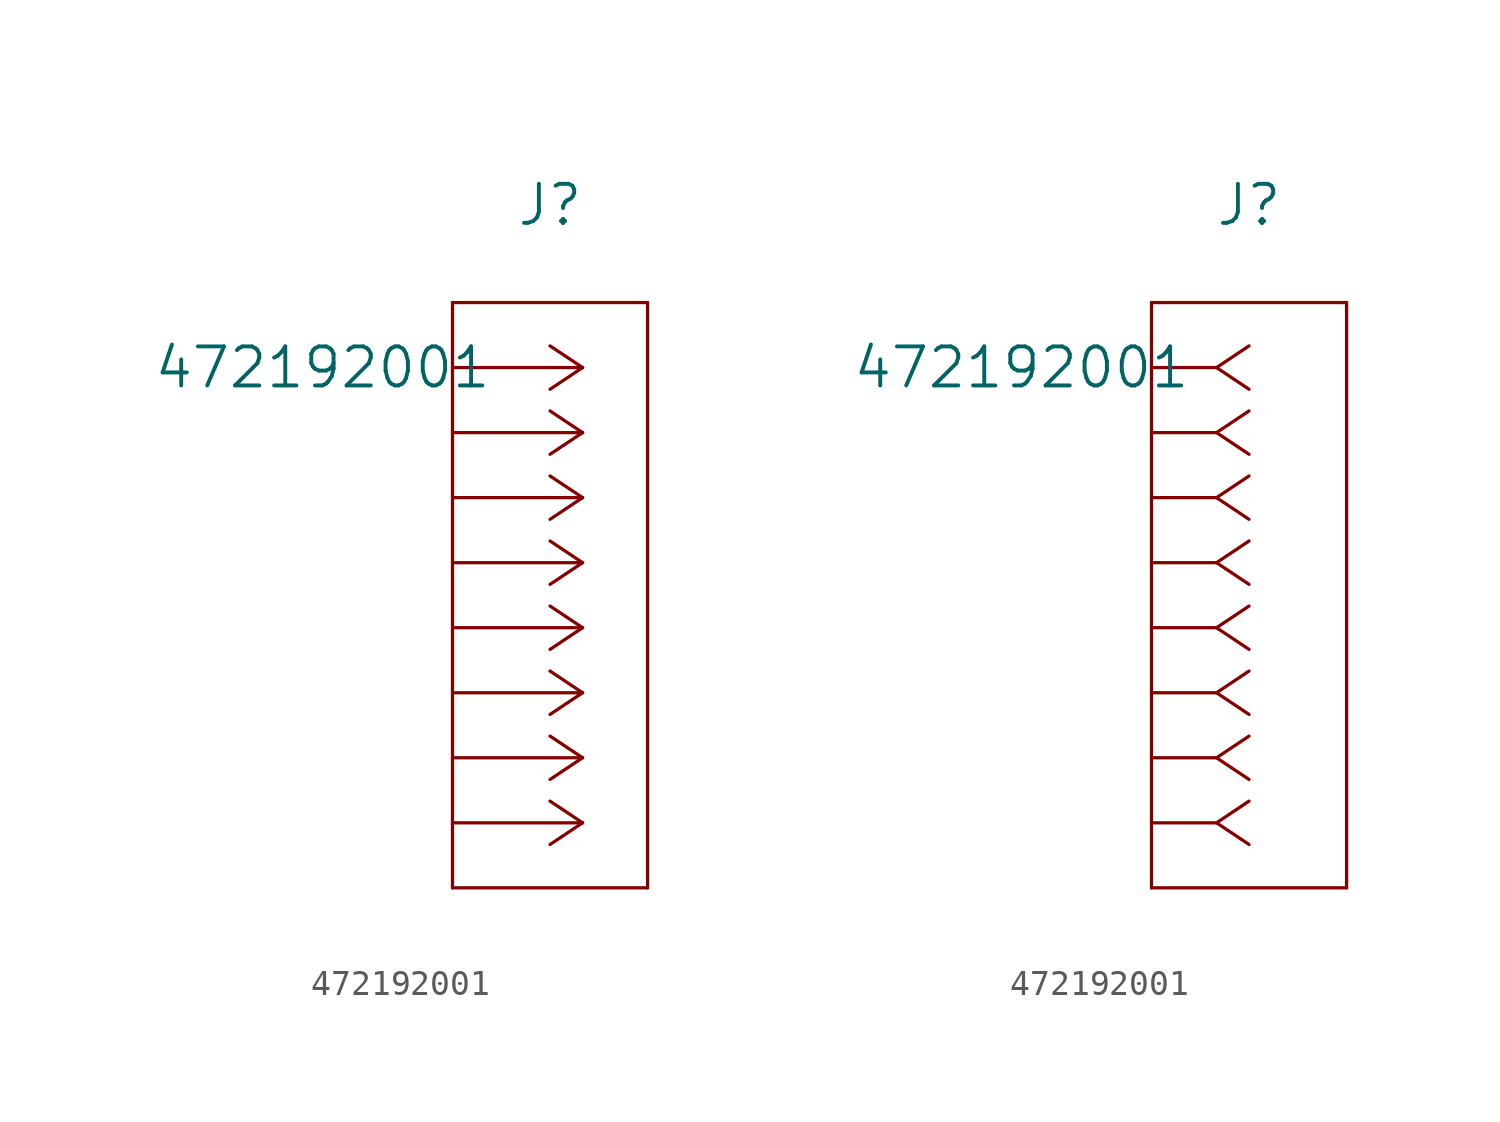
<source format=kicad_sym>
(kicad_symbol_lib
  (version 20211014)
  (generator kicad_symbol_editor)
  (symbol "472192001"
    (pin_names
      (offset 0.254))
    (property "Reference" "J"
      (at 8.89 6.35 0)
      (effects (font (size 1.524 1.524))))
    (property "Value" "472192001"
      (at 0 0 0)
      (effects (font (size 1.524 1.524))))
    (symbol "472192001_1_1"
      (polyline (pts (xy 10.16 0) (xy 5.08 0)) (stroke (width 0.127) (type default) (color 0 0 0 0)) (fill (type none)))
      (polyline (pts (xy 10.16 -2.54) (xy 5.08 -2.54)) (stroke (width 0.127) (type default) (color 0 0 0 0)) (fill (type none)))
      (polyline (pts (xy 10.16 -5.08) (xy 5.08 -5.08)) (stroke (width 0.127) (type default) (color 0 0 0 0)) (fill (type none)))
      (polyline (pts (xy 10.16 -7.62) (xy 5.08 -7.62)) (stroke (width 0.127) (type default) (color 0 0 0 0)) (fill (type none)))
      (polyline (pts (xy 10.16 -10.16) (xy 5.08 -10.16)) (stroke (width 0.127) (type default) (color 0 0 0 0)) (fill (type none)))
      (polyline (pts (xy 10.16 -12.7) (xy 5.08 -12.7)) (stroke (width 0.127) (type default) (color 0 0 0 0)) (fill (type none)))
      (polyline (pts (xy 10.16 -15.24) (xy 5.08 -15.24)) (stroke (width 0.127) (type default) (color 0 0 0 0)) (fill (type none)))
      (polyline (pts (xy 10.16 -17.78) (xy 5.08 -17.78)) (stroke (width 0.127) (type default) (color 0 0 0 0)) (fill (type none)))
      (polyline (pts (xy 10.16 0) (xy 8.89 0.847)) (stroke (width 0.127) (type default) (color 0 0 0 0)) (fill (type none)))
      (polyline (pts (xy 10.16 -2.54) (xy 8.89 -1.693)) (stroke (width 0.127) (type default) (color 0 0 0 0)) (fill (type none)))
      (polyline (pts (xy 10.16 -5.08) (xy 8.89 -4.233)) (stroke (width 0.127) (type default) (color 0 0 0 0)) (fill (type none)))
      (polyline (pts (xy 10.16 -7.62) (xy 8.89 -6.773)) (stroke (width 0.127) (type default) (color 0 0 0 0)) (fill (type none)))
      (polyline (pts (xy 10.16 -10.16) (xy 8.89 -9.313)) (stroke (width 0.127) (type default) (color 0 0 0 0)) (fill (type none)))
      (polyline (pts (xy 10.16 -12.7) (xy 8.89 -11.853)) (stroke (width 0.127) (type default) (color 0 0 0 0)) (fill (type none)))
      (polyline (pts (xy 10.16 -15.24) (xy 8.89 -14.393)) (stroke (width 0.127) (type default) (color 0 0 0 0)) (fill (type none)))
      (polyline (pts (xy 10.16 -17.78) (xy 8.89 -16.933)) (stroke (width 0.127) (type default) (color 0 0 0 0)) (fill (type none)))
      (polyline (pts (xy 10.16 0) (xy 8.89 -0.847)) (stroke (width 0.127) (type default) (color 0 0 0 0)) (fill (type none)))
      (polyline (pts (xy 10.16 -2.54) (xy 8.89 -3.387)) (stroke (width 0.127) (type default) (color 0 0 0 0)) (fill (type none)))
      (polyline (pts (xy 10.16 -5.08) (xy 8.89 -5.927)) (stroke (width 0.127) (type default) (color 0 0 0 0)) (fill (type none)))
      (polyline (pts (xy 10.16 -7.62) (xy 8.89 -8.467)) (stroke (width 0.127) (type default) (color 0 0 0 0)) (fill (type none)))
      (polyline (pts (xy 10.16 -10.16) (xy 8.89 -11.007)) (stroke (width 0.127) (type default) (color 0 0 0 0)) (fill (type none)))
      (polyline (pts (xy 10.16 -12.7) (xy 8.89 -13.547)) (stroke (width 0.127) (type default) (color 0 0 0 0)) (fill (type none)))
      (polyline (pts (xy 10.16 -15.24) (xy 8.89 -16.087)) (stroke (width 0.127) (type default) (color 0 0 0 0)) (fill (type none)))
      (polyline (pts (xy 10.16 -17.78) (xy 8.89 -18.627)) (stroke (width 0.127) (type default) (color 0 0 0 0)) (fill (type none)))
      (polyline (pts (xy 5.08 2.54) (xy 5.08 -20.32)) (stroke (width 0.127) (type default) (color 0 0 0 0)) (fill (type none)))
      (polyline (pts (xy 5.08 -20.32) (xy 12.7 -20.32)) (stroke (width 0.127) (type default) (color 0 0 0 0)) (fill (type none)))
      (polyline (pts (xy 12.7 -20.32) (xy 12.7 2.54)) (stroke (width 0.127) (type default) (color 0 0 0 0)) (fill (type none)))
      (polyline (pts (xy 12.7 2.54) (xy 5.08 2.54)) (stroke (width 0.127) (type default) (color 0 0 0 0)) (fill (type none))))
    (symbol "472192001_1_2"
      (polyline (pts (xy 7.62 0) (xy 5.08 0)) (stroke (width 0.127) (type default) (color 0 0 0 0)) (fill (type none)))
      (polyline (pts (xy 7.62 -2.54) (xy 5.08 -2.54)) (stroke (width 0.127) (type default) (color 0 0 0 0)) (fill (type none)))
      (polyline (pts (xy 7.62 -5.08) (xy 5.08 -5.08)) (stroke (width 0.127) (type default) (color 0 0 0 0)) (fill (type none)))
      (polyline (pts (xy 7.62 -7.62) (xy 5.08 -7.62)) (stroke (width 0.127) (type default) (color 0 0 0 0)) (fill (type none)))
      (polyline (pts (xy 7.62 -10.16) (xy 5.08 -10.16)) (stroke (width 0.127) (type default) (color 0 0 0 0)) (fill (type none)))
      (polyline (pts (xy 7.62 -12.7) (xy 5.08 -12.7)) (stroke (width 0.127) (type default) (color 0 0 0 0)) (fill (type none)))
      (polyline (pts (xy 7.62 -15.24) (xy 5.08 -15.24)) (stroke (width 0.127) (type default) (color 0 0 0 0)) (fill (type none)))
      (polyline (pts (xy 7.62 -17.78) (xy 5.08 -17.78)) (stroke (width 0.127) (type default) (color 0 0 0 0)) (fill (type none)))
      (polyline (pts (xy 7.62 0) (xy 8.89 0.847)) (stroke (width 0.127) (type default) (color 0 0 0 0)) (fill (type none)))
      (polyline (pts (xy 7.62 -2.54) (xy 8.89 -1.693)) (stroke (width 0.127) (type default) (color 0 0 0 0)) (fill (type none)))
      (polyline (pts (xy 7.62 -5.08) (xy 8.89 -4.233)) (stroke (width 0.127) (type default) (color 0 0 0 0)) (fill (type none)))
      (polyline (pts (xy 7.62 -7.62) (xy 8.89 -6.773)) (stroke (width 0.127) (type default) (color 0 0 0 0)) (fill (type none)))
      (polyline (pts (xy 7.62 -10.16) (xy 8.89 -9.313)) (stroke (width 0.127) (type default) (color 0 0 0 0)) (fill (type none)))
      (polyline (pts (xy 7.62 -12.7) (xy 8.89 -11.853)) (stroke (width 0.127) (type default) (color 0 0 0 0)) (fill (type none)))
      (polyline (pts (xy 7.62 -15.24) (xy 8.89 -14.393)) (stroke (width 0.127) (type default) (color 0 0 0 0)) (fill (type none)))
      (polyline (pts (xy 7.62 -17.78) (xy 8.89 -16.933)) (stroke (width 0.127) (type default) (color 0 0 0 0)) (fill (type none)))
      (polyline (pts (xy 7.62 0) (xy 8.89 -0.847)) (stroke (width 0.127) (type default) (color 0 0 0 0)) (fill (type none)))
      (polyline (pts (xy 7.62 -2.54) (xy 8.89 -3.387)) (stroke (width 0.127) (type default) (color 0 0 0 0)) (fill (type none)))
      (polyline (pts (xy 7.62 -5.08) (xy 8.89 -5.927)) (stroke (width 0.127) (type default) (color 0 0 0 0)) (fill (type none)))
      (polyline (pts (xy 7.62 -7.62) (xy 8.89 -8.467)) (stroke (width 0.127) (type default) (color 0 0 0 0)) (fill (type none)))
      (polyline (pts (xy 7.62 -10.16) (xy 8.89 -11.007)) (stroke (width 0.127) (type default) (color 0 0 0 0)) (fill (type none)))
      (polyline (pts (xy 7.62 -12.7) (xy 8.89 -13.547)) (stroke (width 0.127) (type default) (color 0 0 0 0)) (fill (type none)))
      (polyline (pts (xy 7.62 -15.24) (xy 8.89 -16.087)) (stroke (width 0.127) (type default) (color 0 0 0 0)) (fill (type none)))
      (polyline (pts (xy 7.62 -17.78) (xy 8.89 -18.627)) (stroke (width 0.127) (type default) (color 0 0 0 0)) (fill (type none)))
      (polyline (pts (xy 5.08 2.54) (xy 5.08 -20.32)) (stroke (width 0.127) (type default) (color 0 0 0 0)) (fill (type none)))
      (polyline (pts (xy 5.08 -20.32) (xy 12.7 -20.32)) (stroke (width 0.127) (type default) (color 0 0 0 0)) (fill (type none)))
      (polyline (pts (xy 12.7 -20.32) (xy 12.7 2.54)) (stroke (width 0.127) (type default) (color 0 0 0 0)) (fill (type none)))
      (polyline (pts (xy 12.7 2.54) (xy 5.08 2.54)) (stroke (width 0.127) (type default) (color 0 0 0 0)) (fill (type none))))))
</source>
